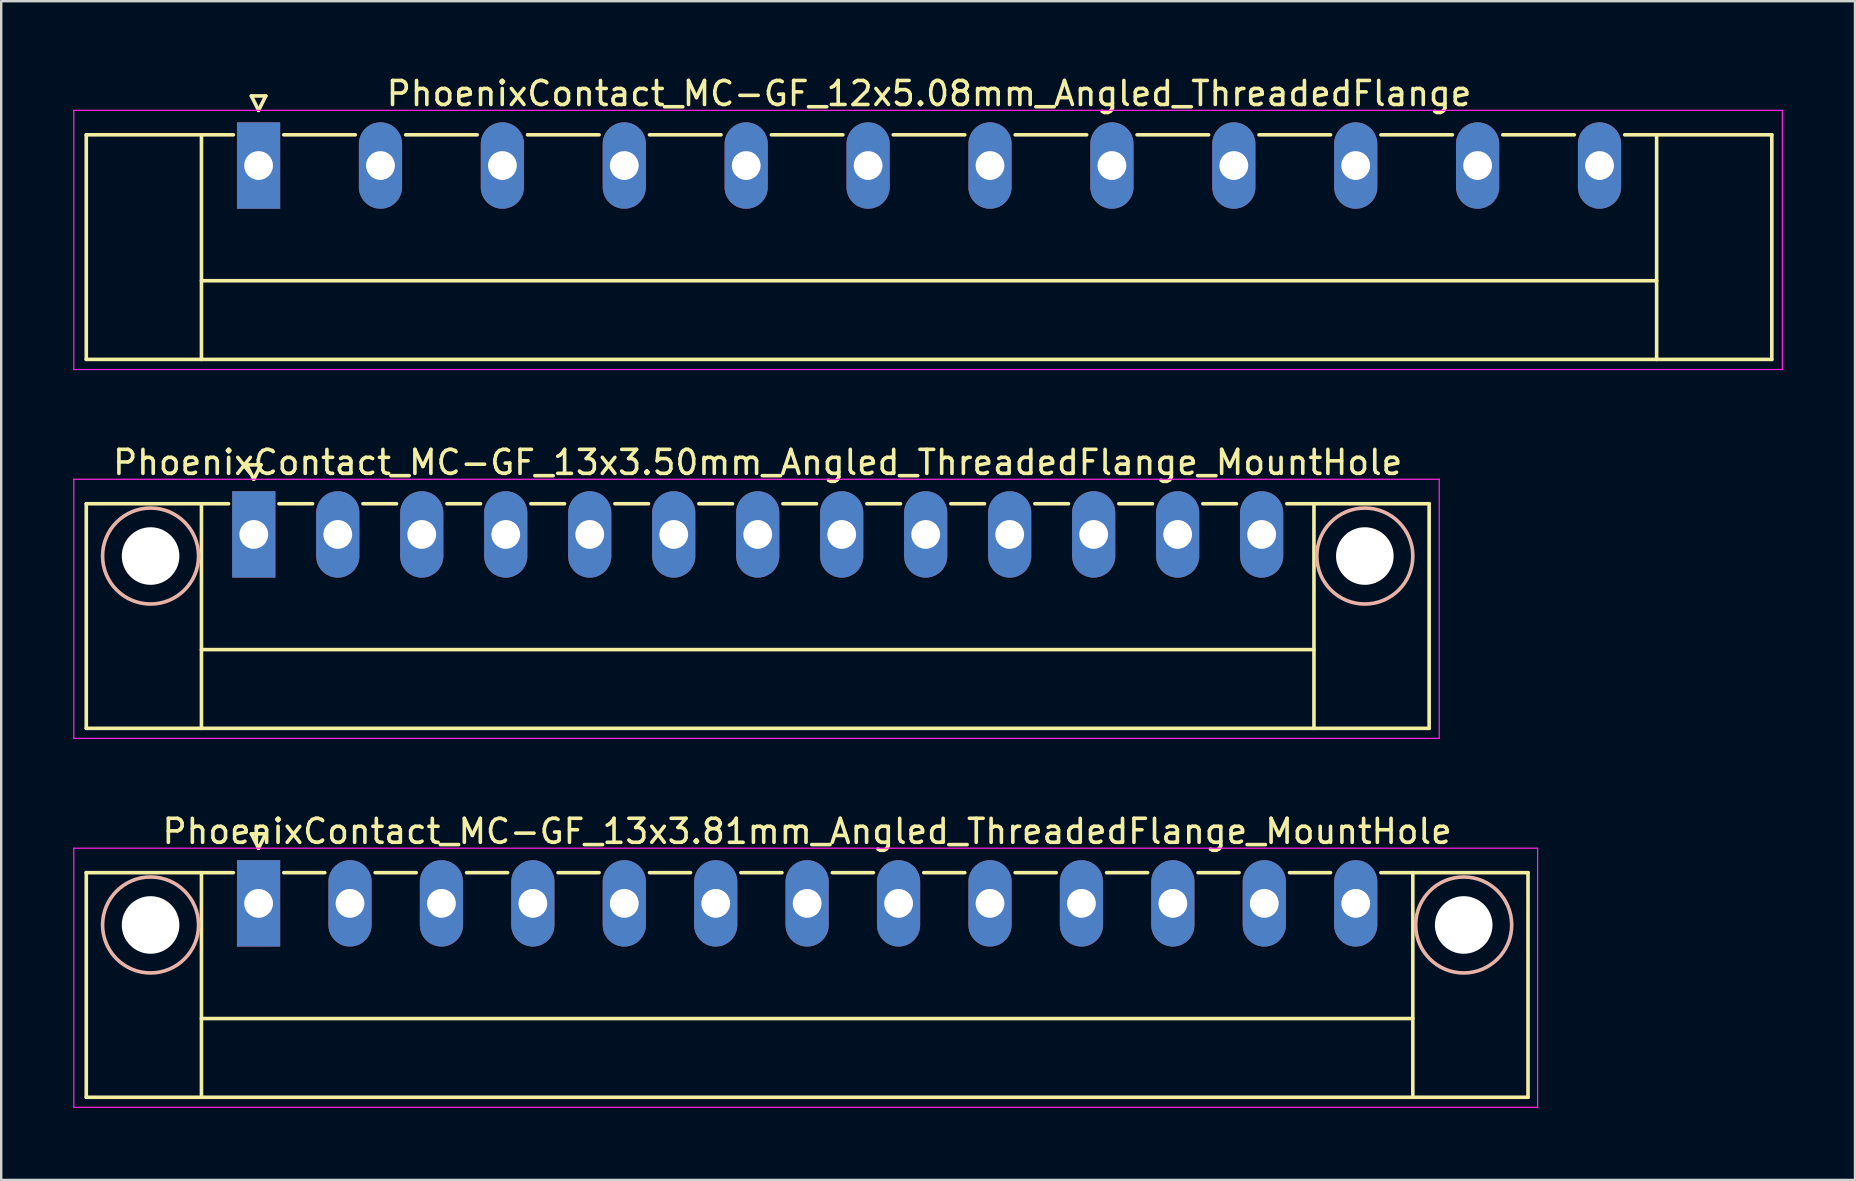
<source format=kicad_pcb>
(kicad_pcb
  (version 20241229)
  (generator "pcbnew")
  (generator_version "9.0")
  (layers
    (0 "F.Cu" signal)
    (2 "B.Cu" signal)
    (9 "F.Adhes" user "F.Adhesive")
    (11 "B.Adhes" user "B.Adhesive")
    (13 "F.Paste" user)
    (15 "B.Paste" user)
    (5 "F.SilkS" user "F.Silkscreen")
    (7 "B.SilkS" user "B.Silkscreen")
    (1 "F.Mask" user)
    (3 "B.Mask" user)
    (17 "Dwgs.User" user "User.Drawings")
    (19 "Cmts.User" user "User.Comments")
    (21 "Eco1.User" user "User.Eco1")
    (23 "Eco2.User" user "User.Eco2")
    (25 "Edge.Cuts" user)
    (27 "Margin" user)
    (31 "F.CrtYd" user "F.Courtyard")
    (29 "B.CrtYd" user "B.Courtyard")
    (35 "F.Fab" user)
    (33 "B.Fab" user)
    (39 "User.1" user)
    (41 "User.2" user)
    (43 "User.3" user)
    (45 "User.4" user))
  (footprint "PhoenixContact_MC-GF_13x3.81mm_Angled_ThreadedFlange_MountHole"
    (layer "F.Cu")
    (at 7.725 34.595)
    (property "Reference" "PhoenixContact_MC-GF_13x3.81mm_Angled_ThreadedFlange_MountHole" (at 22.86 -3 0) (layer "F.SilkS") (effects (font (size 1 1) (thickness 0.15))))
    (attr through_hole)
    (fp_line (start -7.18 -1.28) (end -7.18 8.08) (stroke (width 0.15) (type solid)) (layer "F.SilkS"))
    (fp_line (start -7.18 -1.28) (end -1.05 -1.28) (stroke (width 0.15) (type solid)) (layer "F.SilkS"))
    (fp_line (start -7.18 8.08) (end 52.9 8.08) (stroke (width 0.15) (type solid)) (layer "F.SilkS"))
    (fp_line (start -2.38 -1.28) (end -2.38 8.08) (stroke (width 0.15) (type solid)) (layer "F.SilkS"))
    (fp_line (start -2.38 4.8) (end 48.1 4.8) (stroke (width 0.15) (type solid)) (layer "F.SilkS"))
    (fp_line (start -0.3 -2.9) (end 0 -2.3) (stroke (width 0.15) (type solid)) (layer "F.SilkS"))
    (fp_line (start 0 -2.3) (end 0.3 -2.9) (stroke (width 0.15) (type solid)) (layer "F.SilkS"))
    (fp_line (start 0.3 -2.9) (end -0.3 -2.9) (stroke (width 0.15) (type solid)) (layer "F.SilkS"))
    (fp_line (start 1.05 -1.28) (end 2.76 -1.28) (stroke (width 0.15) (type solid)) (layer "F.SilkS"))
    (fp_line (start 4.86 -1.28) (end 6.57 -1.28) (stroke (width 0.15) (type solid)) (layer "F.SilkS"))
    (fp_line (start 8.67 -1.28) (end 10.38 -1.28) (stroke (width 0.15) (type solid)) (layer "F.SilkS"))
    (fp_line (start 12.48 -1.28) (end 14.19 -1.28) (stroke (width 0.15) (type solid)) (layer "F.SilkS"))
    (fp_line (start 16.29 -1.28) (end 18 -1.28) (stroke (width 0.15) (type solid)) (layer "F.SilkS"))
    (fp_line (start 20.1 -1.28) (end 21.81 -1.28) (stroke (width 0.15) (type solid)) (layer "F.SilkS"))
    (fp_line (start 23.91 -1.28) (end 25.62 -1.28) (stroke (width 0.15) (type solid)) (layer "F.SilkS"))
    (fp_line (start 27.72 -1.28) (end 29.43 -1.28) (stroke (width 0.15) (type solid)) (layer "F.SilkS"))
    (fp_line (start 31.53 -1.28) (end 33.24 -1.28) (stroke (width 0.15) (type solid)) (layer "F.SilkS"))
    (fp_line (start 35.34 -1.28) (end 37.05 -1.28) (stroke (width 0.15) (type solid)) (layer "F.SilkS"))
    (fp_line (start 39.15 -1.28) (end 40.86 -1.28) (stroke (width 0.15) (type solid)) (layer "F.SilkS"))
    (fp_line (start 42.96 -1.28) (end 44.67 -1.28) (stroke (width 0.15) (type solid)) (layer "F.SilkS"))
    (fp_line (start 48.1 -1.28) (end 48.1 8.08) (stroke (width 0.15) (type solid)) (layer "F.SilkS"))
    (fp_line (start 52.9 -1.28) (end 46.77 -1.28) (stroke (width 0.15) (type solid)) (layer "F.SilkS"))
    (fp_line (start 52.9 8.08) (end 52.9 -1.28) (stroke (width 0.15) (type solid)) (layer "F.SilkS"))
    (fp_circle (center -4.5 0.9) (end -2.5 0.9) (stroke (width 0.15) (type solid)) (fill no) (layer "B.SilkS"))
    (fp_circle (center 50.22 0.9) (end 52.22 0.9) (stroke (width 0.15) (type solid)) (fill no) (layer "B.SilkS"))
    (fp_line (start -7.7 -2.3) (end -7.7 8.5) (stroke (width 0.05) (type solid)) (layer "F.CrtYd"))
    (fp_line (start -7.7 8.5) (end 53.3 8.5) (stroke (width 0.05) (type solid)) (layer "F.CrtYd"))
    (fp_line (start 53.3 -2.3) (end -7.7 -2.3) (stroke (width 0.05) (type solid)) (layer "F.CrtYd"))
    (fp_line (start 53.3 8.5) (end 53.3 -2.3) (stroke (width 0.05) (type solid)) (layer "F.CrtYd"))
    (pad "" np_thru_hole circle (at -4.5 0.9) (size 2.4 2.4) (drill 2.4) (layers "*.Cu" "*.Mask"))
    (pad "" np_thru_hole circle (at 50.22 0.9) (size 2.4 2.4) (drill 2.4) (layers "*.Cu" "*.Mask"))
    (pad "1" thru_hole rect (at 0 0) (size 1.8 3.6) (drill 1.2) (layers "*.Cu" "*.Mask"))
    (pad "2" thru_hole oval (at 3.81 0) (size 1.8 3.6) (drill 1.2) (layers "*.Cu" "*.Mask"))
    (pad "3" thru_hole oval (at 7.62 0) (size 1.8 3.6) (drill 1.2) (layers "*.Cu" "*.Mask"))
    (pad "4" thru_hole oval (at 11.43 0) (size 1.8 3.6) (drill 1.2) (layers "*.Cu" "*.Mask"))
    (pad "5" thru_hole oval (at 15.24 0) (size 1.8 3.6) (drill 1.2) (layers "*.Cu" "*.Mask"))
    (pad "6" thru_hole oval (at 19.05 0) (size 1.8 3.6) (drill 1.2) (layers "*.Cu" "*.Mask"))
    (pad "7" thru_hole oval (at 22.86 0) (size 1.8 3.6) (drill 1.2) (layers "*.Cu" "*.Mask"))
    (pad "8" thru_hole oval (at 26.67 0) (size 1.8 3.6) (drill 1.2) (layers "*.Cu" "*.Mask"))
    (pad "9" thru_hole oval (at 30.48 0) (size 1.8 3.6) (drill 1.2) (layers "*.Cu" "*.Mask"))
    (pad "10" thru_hole oval (at 34.29 0) (size 1.8 3.6) (drill 1.2) (layers "*.Cu" "*.Mask"))
    (pad "11" thru_hole oval (at 38.1 0) (size 1.8 3.6) (drill 1.2) (layers "*.Cu" "*.Mask"))
    (pad "12" thru_hole oval (at 41.91 0) (size 1.8 3.6) (drill 1.2) (layers "*.Cu" "*.Mask"))
    (pad "13" thru_hole oval (at 45.72 0) (size 1.8 3.6) (drill 1.2) (layers "*.Cu" "*.Mask")))
  (footprint "PhoenixContact_MC-GF_13x3.50mm_Angled_ThreadedFlange_MountHole"
    (layer "F.Cu")
    (at 7.525 19.221)
    (property "Reference" "PhoenixContact_MC-GF_13x3.50mm_Angled_ThreadedFlange_MountHole" (at 21 -3 0) (layer "F.SilkS") (effects (font (size 1 1) (thickness 0.15))))
    (attr through_hole)
    (fp_line (start -6.98 -1.28) (end -6.98 8.08) (stroke (width 0.15) (type solid)) (layer "F.SilkS"))
    (fp_line (start -6.98 -1.28) (end -1.05 -1.28) (stroke (width 0.15) (type solid)) (layer "F.SilkS"))
    (fp_line (start -6.98 8.08) (end 48.98 8.08) (stroke (width 0.15) (type solid)) (layer "F.SilkS"))
    (fp_line (start -2.18 -1.28) (end -2.18 8.08) (stroke (width 0.15) (type solid)) (layer "F.SilkS"))
    (fp_line (start -2.18 4.8) (end 44.18 4.8) (stroke (width 0.15) (type solid)) (layer "F.SilkS"))
    (fp_line (start -0.3 -2.9) (end 0 -2.3) (stroke (width 0.15) (type solid)) (layer "F.SilkS"))
    (fp_line (start 0 -2.3) (end 0.3 -2.9) (stroke (width 0.15) (type solid)) (layer "F.SilkS"))
    (fp_line (start 0.3 -2.9) (end -0.3 -2.9) (stroke (width 0.15) (type solid)) (layer "F.SilkS"))
    (fp_line (start 1.05 -1.28) (end 2.45 -1.28) (stroke (width 0.15) (type solid)) (layer "F.SilkS"))
    (fp_line (start 4.55 -1.28) (end 5.95 -1.28) (stroke (width 0.15) (type solid)) (layer "F.SilkS"))
    (fp_line (start 8.05 -1.28) (end 9.45 -1.28) (stroke (width 0.15) (type solid)) (layer "F.SilkS"))
    (fp_line (start 11.55 -1.28) (end 12.95 -1.28) (stroke (width 0.15) (type solid)) (layer "F.SilkS"))
    (fp_line (start 15.05 -1.28) (end 16.45 -1.28) (stroke (width 0.15) (type solid)) (layer "F.SilkS"))
    (fp_line (start 18.55 -1.28) (end 19.95 -1.28) (stroke (width 0.15) (type solid)) (layer "F.SilkS"))
    (fp_line (start 22.05 -1.28) (end 23.45 -1.28) (stroke (width 0.15) (type solid)) (layer "F.SilkS"))
    (fp_line (start 25.55 -1.28) (end 26.95 -1.28) (stroke (width 0.15) (type solid)) (layer "F.SilkS"))
    (fp_line (start 29.05 -1.28) (end 30.45 -1.28) (stroke (width 0.15) (type solid)) (layer "F.SilkS"))
    (fp_line (start 32.55 -1.28) (end 33.95 -1.28) (stroke (width 0.15) (type solid)) (layer "F.SilkS"))
    (fp_line (start 36.05 -1.28) (end 37.45 -1.28) (stroke (width 0.15) (type solid)) (layer "F.SilkS"))
    (fp_line (start 39.55 -1.28) (end 40.95 -1.28) (stroke (width 0.15) (type solid)) (layer "F.SilkS"))
    (fp_line (start 44.18 -1.28) (end 44.18 8.08) (stroke (width 0.15) (type solid)) (layer "F.SilkS"))
    (fp_line (start 48.98 -1.28) (end 43.05 -1.28) (stroke (width 0.15) (type solid)) (layer "F.SilkS"))
    (fp_line (start 48.98 8.08) (end 48.98 -1.28) (stroke (width 0.15) (type solid)) (layer "F.SilkS"))
    (fp_circle (center -4.3 0.9) (end -2.3 0.9) (stroke (width 0.15) (type solid)) (fill no) (layer "B.SilkS"))
    (fp_circle (center 46.3 0.9) (end 48.3 0.9) (stroke (width 0.15) (type solid)) (fill no) (layer "B.SilkS"))
    (fp_line (start -7.5 -2.3) (end -7.5 8.5) (stroke (width 0.05) (type solid)) (layer "F.CrtYd"))
    (fp_line (start -7.5 8.5) (end 49.4 8.5) (stroke (width 0.05) (type solid)) (layer "F.CrtYd"))
    (fp_line (start 49.4 -2.3) (end -7.5 -2.3) (stroke (width 0.05) (type solid)) (layer "F.CrtYd"))
    (fp_line (start 49.4 8.5) (end 49.4 -2.3) (stroke (width 0.05) (type solid)) (layer "F.CrtYd"))
    (pad "" np_thru_hole circle (at -4.3 0.9) (size 2.4 2.4) (drill 2.4) (layers "*.Cu" "*.Mask"))
    (pad "" np_thru_hole circle (at 46.3 0.9) (size 2.4 2.4) (drill 2.4) (layers "*.Cu" "*.Mask"))
    (pad "1" thru_hole rect (at 0 0) (size 1.8 3.6) (drill 1.2) (layers "*.Cu" "*.Mask"))
    (pad "2" thru_hole oval (at 3.5 0) (size 1.8 3.6) (drill 1.2) (layers "*.Cu" "*.Mask"))
    (pad "3" thru_hole oval (at 7 0) (size 1.8 3.6) (drill 1.2) (layers "*.Cu" "*.Mask"))
    (pad "4" thru_hole oval (at 10.5 0) (size 1.8 3.6) (drill 1.2) (layers "*.Cu" "*.Mask"))
    (pad "5" thru_hole oval (at 14 0) (size 1.8 3.6) (drill 1.2) (layers "*.Cu" "*.Mask"))
    (pad "6" thru_hole oval (at 17.5 0) (size 1.8 3.6) (drill 1.2) (layers "*.Cu" "*.Mask"))
    (pad "7" thru_hole oval (at 21 0) (size 1.8 3.6) (drill 1.2) (layers "*.Cu" "*.Mask"))
    (pad "8" thru_hole oval (at 24.5 0) (size 1.8 3.6) (drill 1.2) (layers "*.Cu" "*.Mask"))
    (pad "9" thru_hole oval (at 28 0) (size 1.8 3.6) (drill 1.2) (layers "*.Cu" "*.Mask"))
    (pad "10" thru_hole oval (at 31.5 0) (size 1.8 3.6) (drill 1.2) (layers "*.Cu" "*.Mask"))
    (pad "11" thru_hole oval (at 35 0) (size 1.8 3.6) (drill 1.2) (layers "*.Cu" "*.Mask"))
    (pad "12" thru_hole oval (at 38.5 0) (size 1.8 3.6) (drill 1.2) (layers "*.Cu" "*.Mask"))
    (pad "13" thru_hole oval (at 42 0) (size 1.8 3.6) (drill 1.2) (layers "*.Cu" "*.Mask")))
  (footprint "PhoenixContact_MC-GF_12x5.08mm_Angled_ThreadedFlange"
    (layer "F.Cu")
    (at 7.725 3.848)
    (property "Reference" "PhoenixContact_MC-GF_12x5.08mm_Angled_ThreadedFlange" (at 27.94 -3 0) (layer "F.SilkS") (effects (font (size 1 1) (thickness 0.15))))
    (attr through_hole)
    (fp_line (start -7.18 -1.28) (end -7.18 8.08) (stroke (width 0.15) (type solid)) (layer "F.SilkS"))
    (fp_line (start -7.18 -1.28) (end -1.05 -1.28) (stroke (width 0.15) (type solid)) (layer "F.SilkS"))
    (fp_line (start -7.18 8.08) (end 63.06 8.08) (stroke (width 0.15) (type solid)) (layer "F.SilkS"))
    (fp_line (start -2.38 -1.28) (end -2.38 8.08) (stroke (width 0.15) (type solid)) (layer "F.SilkS"))
    (fp_line (start -2.38 4.8) (end 58.26 4.8) (stroke (width 0.15) (type solid)) (layer "F.SilkS"))
    (fp_line (start -0.3 -2.9) (end 0 -2.3) (stroke (width 0.15) (type solid)) (layer "F.SilkS"))
    (fp_line (start 0 -2.3) (end 0.3 -2.9) (stroke (width 0.15) (type solid)) (layer "F.SilkS"))
    (fp_line (start 0.3 -2.9) (end -0.3 -2.9) (stroke (width 0.15) (type solid)) (layer "F.SilkS"))
    (fp_line (start 1.05 -1.28) (end 4.03 -1.28) (stroke (width 0.15) (type solid)) (layer "F.SilkS"))
    (fp_line (start 6.13 -1.28) (end 9.11 -1.28) (stroke (width 0.15) (type solid)) (layer "F.SilkS"))
    (fp_line (start 11.21 -1.28) (end 14.19 -1.28) (stroke (width 0.15) (type solid)) (layer "F.SilkS"))
    (fp_line (start 16.29 -1.28) (end 19.27 -1.28) (stroke (width 0.15) (type solid)) (layer "F.SilkS"))
    (fp_line (start 21.37 -1.28) (end 24.35 -1.28) (stroke (width 0.15) (type solid)) (layer "F.SilkS"))
    (fp_line (start 26.45 -1.28) (end 29.43 -1.28) (stroke (width 0.15) (type solid)) (layer "F.SilkS"))
    (fp_line (start 31.53 -1.28) (end 34.51 -1.28) (stroke (width 0.15) (type solid)) (layer "F.SilkS"))
    (fp_line (start 36.61 -1.28) (end 39.59 -1.28) (stroke (width 0.15) (type solid)) (layer "F.SilkS"))
    (fp_line (start 41.69 -1.28) (end 44.67 -1.28) (stroke (width 0.15) (type solid)) (layer "F.SilkS"))
    (fp_line (start 46.77 -1.28) (end 49.75 -1.28) (stroke (width 0.15) (type solid)) (layer "F.SilkS"))
    (fp_line (start 51.85 -1.28) (end 54.83 -1.28) (stroke (width 0.15) (type solid)) (layer "F.SilkS"))
    (fp_line (start 58.26 -1.28) (end 58.26 8.08) (stroke (width 0.15) (type solid)) (layer "F.SilkS"))
    (fp_line (start 63.06 -1.28) (end 56.93 -1.28) (stroke (width 0.15) (type solid)) (layer "F.SilkS"))
    (fp_line (start 63.06 8.08) (end 63.06 -1.28) (stroke (width 0.15) (type solid)) (layer "F.SilkS"))
    (fp_line (start -7.7 -2.3) (end -7.7 8.5) (stroke (width 0.05) (type solid)) (layer "F.CrtYd"))
    (fp_line (start -7.7 8.5) (end 63.5 8.5) (stroke (width 0.05) (type solid)) (layer "F.CrtYd"))
    (fp_line (start 63.5 -2.3) (end -7.7 -2.3) (stroke (width 0.05) (type solid)) (layer "F.CrtYd"))
    (fp_line (start 63.5 8.5) (end 63.5 -2.3) (stroke (width 0.05) (type solid)) (layer "F.CrtYd"))
    (pad "1" thru_hole rect (at 0 0) (size 1.8 3.6) (drill 1.2) (layers "*.Cu" "*.Mask"))
    (pad "2" thru_hole oval (at 5.08 0) (size 1.8 3.6) (drill 1.2) (layers "*.Cu" "*.Mask"))
    (pad "3" thru_hole oval (at 10.16 0) (size 1.8 3.6) (drill 1.2) (layers "*.Cu" "*.Mask"))
    (pad "4" thru_hole oval (at 15.24 0) (size 1.8 3.6) (drill 1.2) (layers "*.Cu" "*.Mask"))
    (pad "5" thru_hole oval (at 20.32 0) (size 1.8 3.6) (drill 1.2) (layers "*.Cu" "*.Mask"))
    (pad "6" thru_hole oval (at 25.4 0) (size 1.8 3.6) (drill 1.2) (layers "*.Cu" "*.Mask"))
    (pad "7" thru_hole oval (at 30.48 0) (size 1.8 3.6) (drill 1.2) (layers "*.Cu" "*.Mask"))
    (pad "8" thru_hole oval (at 35.56 0) (size 1.8 3.6) (drill 1.2) (layers "*.Cu" "*.Mask"))
    (pad "9" thru_hole oval (at 40.64 0) (size 1.8 3.6) (drill 1.2) (layers "*.Cu" "*.Mask"))
    (pad "10" thru_hole oval (at 45.72 0) (size 1.8 3.6) (drill 1.2) (layers "*.Cu" "*.Mask"))
    (pad "11" thru_hole oval (at 50.8 0) (size 1.8 3.6) (drill 1.2) (layers "*.Cu" "*.Mask"))
    (pad "12" thru_hole oval (at 55.88 0) (size 1.8 3.6) (drill 1.2) (layers "*.Cu" "*.Mask")))
  (gr_rect
    (start -3 -3)
    (end 74.25 46.12)
    (stroke (width 0.1) (type default))
    (fill no)
    (layer "Edge.Cuts")))
</source>
